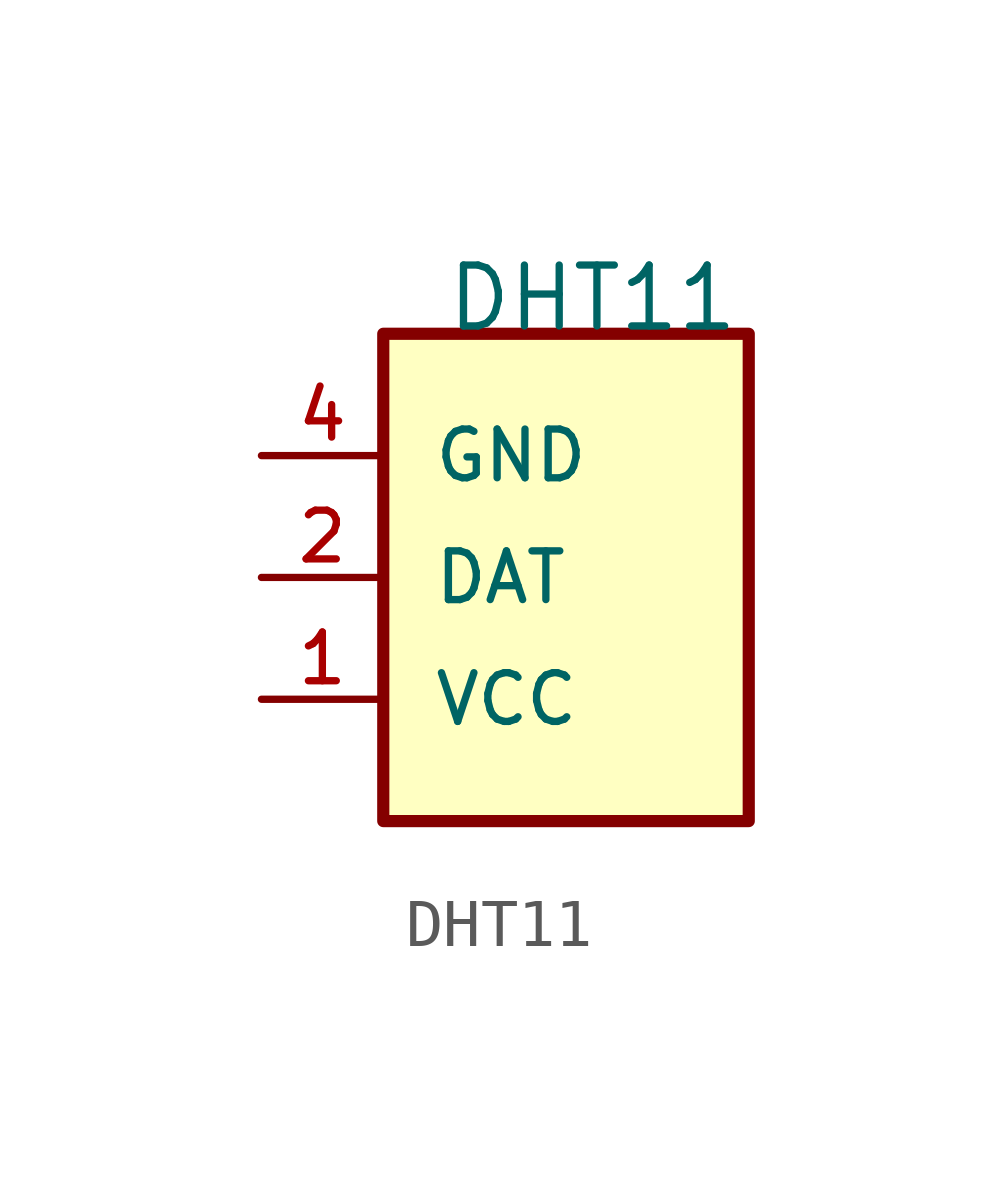
<source format=kicad_sym>
(kicad_symbol_lib
  (version 20211014)
  (generator kicad_symbol_editor)
  (symbol "DHT11"
    (pin_names
      (offset 1.016))
    (property "Reference" "SENS-"
      (at 0 5.842 0)
      (effects (font (size 1.27 1.27)) (justify left bottom) hide))
    (property "Value" "DHT11"
      (at 1.27 5.08 0)
      (effects (font (size 1.27 1.27)) (justify left bottom)))
    (symbol "DHT11_0_0"
      (rectangle (start 0 -5.08) (end 7.62 5.08) (stroke (width 0.254) (type default) (color 0 0 0 0)) (fill (type background)))
      (pin bidirectional line (at -2.54 -2.54 0) (length 2.54) (name "VCC" (effects (font (size 1.016 1.016)))) (number "1" (effects (font (size 1.016 1.016)))))
      (pin bidirectional line (at -2.54 0 0) (length 2.54) (name "DAT" (effects (font (size 1.016 1.016)))) (number "2" (effects (font (size 1.016 1.016)))))
      (pin bidirectional line (at -2.54 2.54 0) (length 2.54) (name "GND" (effects (font (size 1.016 1.016)))) (number "4" (effects (font (size 1.016 1.016))))))))
</source>
